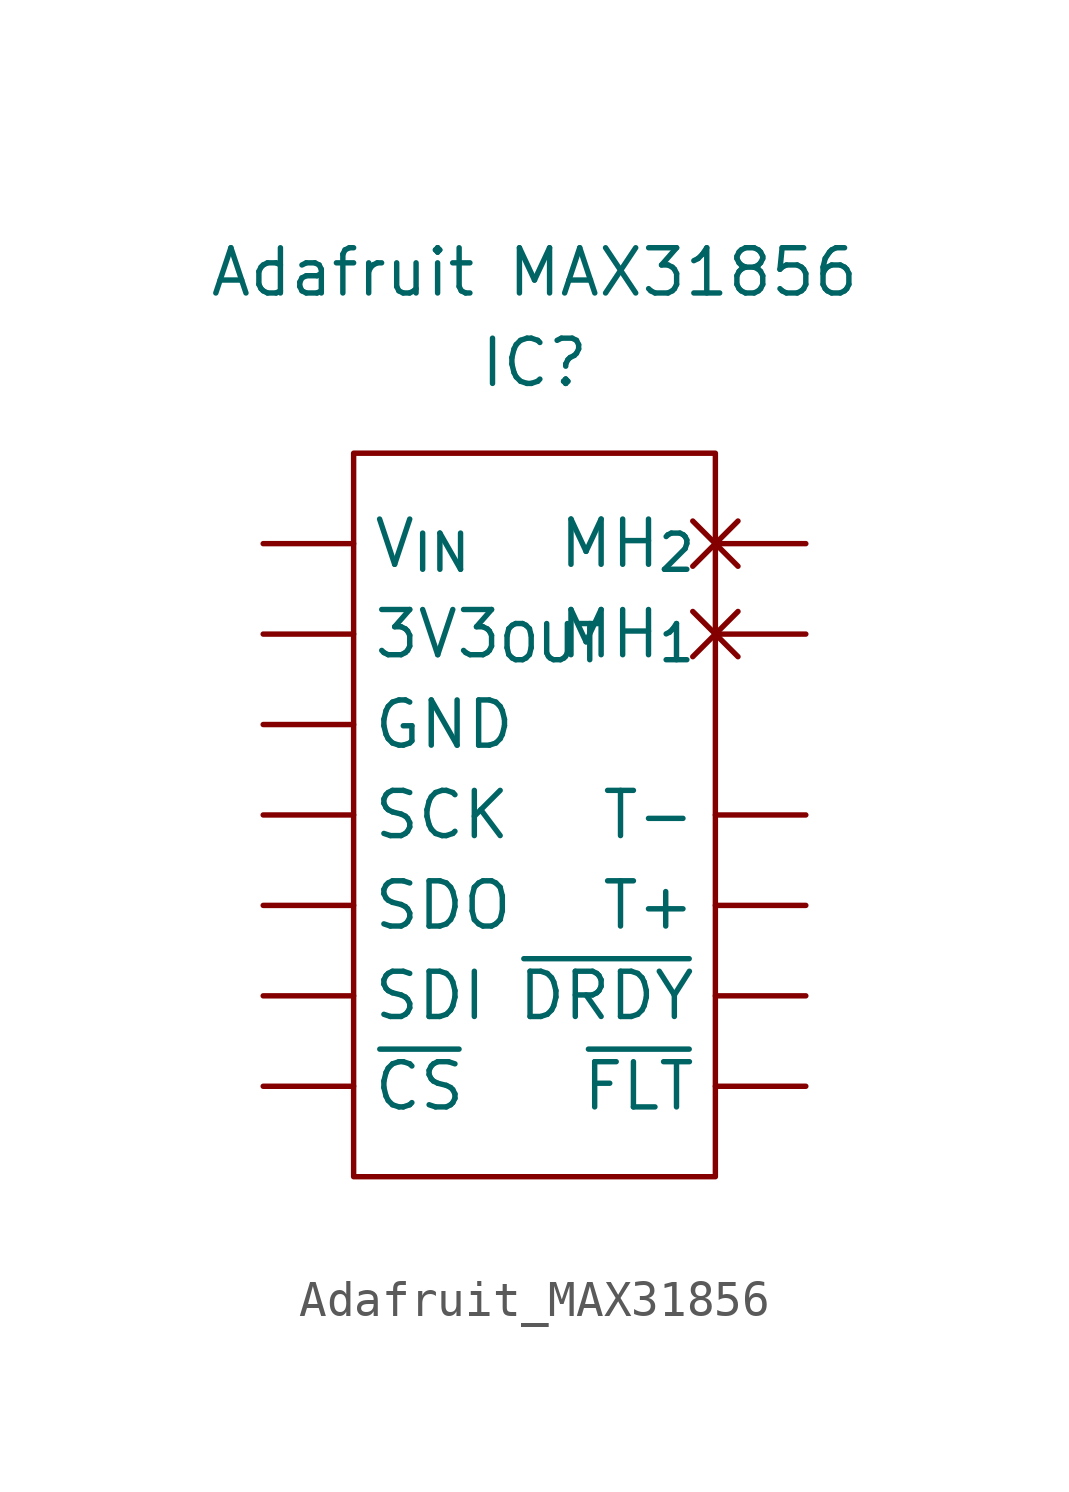
<source format=kicad_sym>
(kicad_symbol_lib
  (version 20220914)
  (generator kicad_symbol_editor)
  (symbol "Adafruit_MAX31856"
    (pin_numbers hide)
    (property "Reference" "IC"
      (at 7.62 5.08 0)
      (effects (font (size 1.27 1.27))))
    (property "Value" "Adafruit MAX31856"
      (at 7.62 7.62 0)
      (effects (font (size 1.27 1.27))))
    (symbol "Adafruit_MAX31856_0_1"
      (rectangle (start 2.54 2.54) (end 12.7 -17.78) (stroke (width 0) (type default)) (fill (type none))))
    (symbol "Adafruit_MAX31856_1_0"
      (pin power_in line (at 0 0 0) (length 2.54) (name "V_{IN}" (effects (font (size 1.27 1.27)))) (number "1" (effects (font (size 1.27 1.27)))))
      (pin passive line (at 15.24 -10.16 180) (length 2.54) (name "T+" (effects (font (size 1.27 1.27)))) (number "10" (effects (font (size 1.27 1.27)))))
      (pin passive line (at 15.24 -7.62 180) (length 2.54) (name "T-" (effects (font (size 1.27 1.27)))) (number "11" (effects (font (size 1.27 1.27)))))
      (pin passive non_logic (at 15.24 -2.54 180) (length 2.54) (name "MH_{1}" (effects (font (size 1.27 1.27)))) (number "12" (effects (font (size 1.27 1.27)))))
      (pin passive non_logic (at 15.24 0 180) (length 2.54) (name "MH_{2}" (effects (font (size 1.27 1.27)))) (number "13" (effects (font (size 1.27 1.27)))))
      (pin power_out line (at 0 -2.54 0) (length 2.54) (name "3V3_{OUT}" (effects (font (size 1.27 1.27)))) (number "2" (effects (font (size 1.27 1.27)))))
      (pin power_in line (at 0 -5.08 0) (length 2.54) (name "GND" (effects (font (size 1.27 1.27)))) (number "3" (effects (font (size 1.27 1.27)))))
      (pin input line (at 0 -7.62 0) (length 2.54) (name "SCK" (effects (font (size 1.27 1.27)))) (number "4" (effects (font (size 1.27 1.27)))))
      (pin output line (at 0 -10.16 0) (length 2.54) (name "SDO" (effects (font (size 1.27 1.27)))) (number "5" (effects (font (size 1.27 1.27)))))
      (pin input line (at 0 -12.7 0) (length 2.54) (name "SDI" (effects (font (size 1.27 1.27)))) (number "6" (effects (font (size 1.27 1.27)))))
      (pin input line (at 0 -15.24 0) (length 2.54) (name "~{CS}" (effects (font (size 1.27 1.27)))) (number "7" (effects (font (size 1.27 1.27)))))
      (pin input line (at 15.24 -15.24 180) (length 2.54) (name "~{FLT}" (effects (font (size 1.27 1.27)))) (number "8" (effects (font (size 1.27 1.27)))))
      (pin output line (at 15.24 -12.7 180) (length 2.54) (name "~{DRDY}" (effects (font (size 1.27 1.27)))) (number "9" (effects (font (size 1.27 1.27))))))))
</source>
